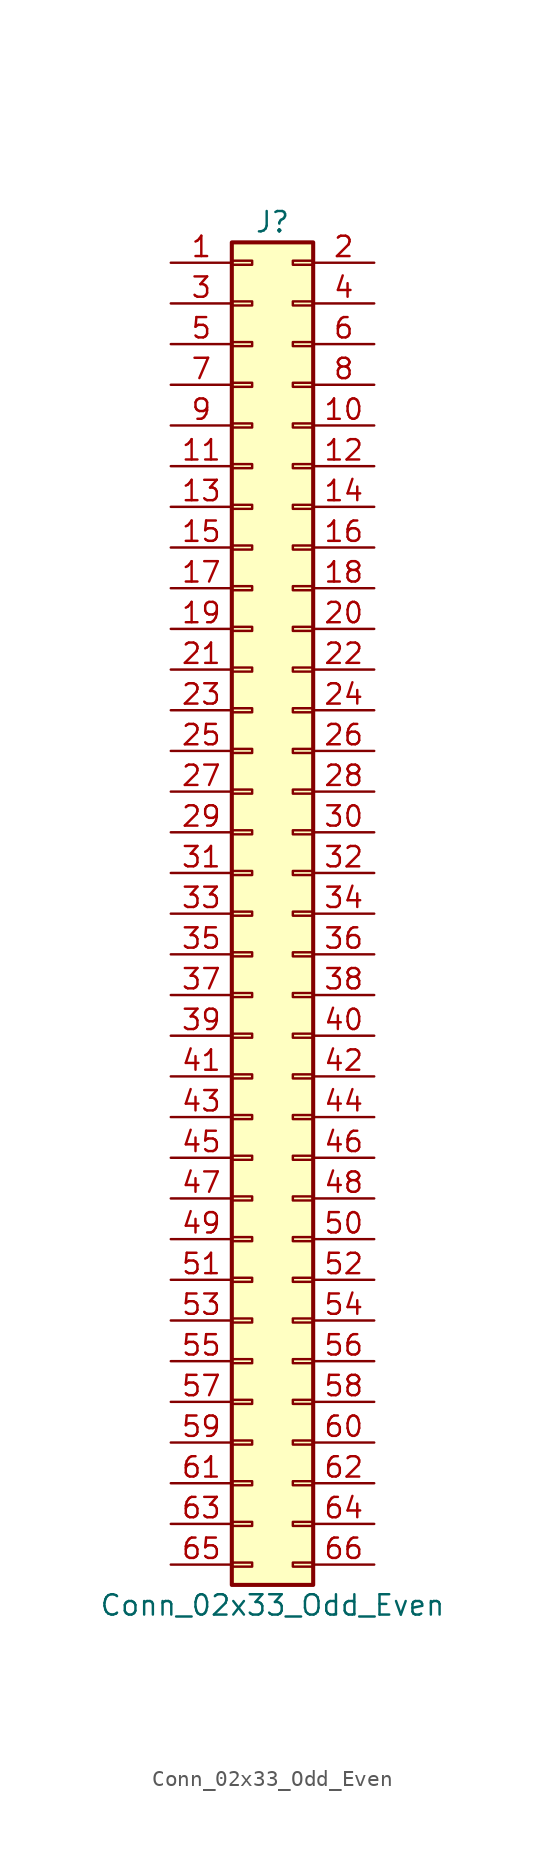
<source format=kicad_sym>
(kicad_symbol_lib
  (version 20201005)
  (generator kicad_symbol_editor)
  (symbol "Connector_Generic:Conn_02x33_Odd_Even"
    (pin_names
      (offset 1.016) hide)
    (property "Reference" "J"
      (at 1.27 43.18 0)
      (effects (font (size 1.27 1.27))))
    (property "Value" "Conn_02x33_Odd_Even"
      (at 1.27 -43.18 0)
      (effects (font (size 1.27 1.27))))
    (symbol "Conn_02x33_Odd_Even_1_1"
      (rectangle (start -1.27 -27.813) (end 0 -28.067) (stroke (width 0.152)) (fill (type none)))
      (rectangle (start -1.27 -30.353) (end 0 -30.607) (stroke (width 0.152)) (fill (type none)))
      (rectangle (start -1.27 -32.893) (end 0 -33.147) (stroke (width 0.152)) (fill (type none)))
      (rectangle (start -1.27 -35.433) (end 0 -35.687) (stroke (width 0.152)) (fill (type none)))
      (rectangle (start -1.27 -37.973) (end 0 -38.227) (stroke (width 0.152)) (fill (type none)))
      (rectangle (start -1.27 -40.513) (end 0 -40.767) (stroke (width 0.152)) (fill (type none)))
      (rectangle (start -1.27 -4.953) (end 0 -5.207) (stroke (width 0.152)) (fill (type none)))
      (rectangle (start -1.27 -7.493) (end 0 -7.747) (stroke (width 0.152)) (fill (type none)))
      (rectangle (start -1.27 -10.033) (end 0 -10.287) (stroke (width 0.152)) (fill (type none)))
      (rectangle (start -1.27 -12.573) (end 0 -12.827) (stroke (width 0.152)) (fill (type none)))
      (rectangle (start -1.27 -15.113) (end 0 -15.367) (stroke (width 0.152)) (fill (type none)))
      (rectangle (start -1.27 -17.653) (end 0 -17.907) (stroke (width 0.152)) (fill (type none)))
      (rectangle (start -1.27 -20.193) (end 0 -20.447) (stroke (width 0.152)) (fill (type none)))
      (rectangle (start -1.27 -22.733) (end 0 -22.987) (stroke (width 0.152)) (fill (type none)))
      (rectangle (start -1.27 -2.413) (end 0 -2.667) (stroke (width 0.152)) (fill (type none)))
      (rectangle (start -1.27 -25.273) (end 0 -25.527) (stroke (width 0.152)) (fill (type none)))
      (rectangle (start -1.27 25.527) (end 0 25.273) (stroke (width 0.152)) (fill (type none)))
      (rectangle (start -1.27 2.667) (end 0 2.413) (stroke (width 0.152)) (fill (type none)))
      (rectangle (start -1.27 28.067) (end 0 27.813) (stroke (width 0.152)) (fill (type none)))
      (rectangle (start -1.27 30.607) (end 0 30.353) (stroke (width 0.152)) (fill (type none)))
      (rectangle (start -1.27 33.147) (end 0 32.893) (stroke (width 0.152)) (fill (type none)))
      (rectangle (start -1.27 35.687) (end 0 35.433) (stroke (width 0.152)) (fill (type none)))
      (rectangle (start -1.27 38.227) (end 0 37.973) (stroke (width 0.152)) (fill (type none)))
      (rectangle (start -1.27 40.767) (end 0 40.513) (stroke (width 0.152)) (fill (type none)))
      (rectangle (start -1.27 41.91) (end 3.81 -41.91) (stroke (width 0.254)) (fill (type background)))
      (rectangle (start -1.27 5.207) (end 0 4.953) (stroke (width 0.152)) (fill (type none)))
      (rectangle (start -1.27 7.747) (end 0 7.493) (stroke (width 0.152)) (fill (type none)))
      (rectangle (start -1.27 10.287) (end 0 10.033) (stroke (width 0.152)) (fill (type none)))
      (rectangle (start -1.27 0.127) (end 0 -0.127) (stroke (width 0.152)) (fill (type none)))
      (rectangle (start -1.27 12.827) (end 0 12.573) (stroke (width 0.152)) (fill (type none)))
      (rectangle (start -1.27 15.367) (end 0 15.113) (stroke (width 0.152)) (fill (type none)))
      (rectangle (start -1.27 17.907) (end 0 17.653) (stroke (width 0.152)) (fill (type none)))
      (rectangle (start -1.27 20.447) (end 0 20.193) (stroke (width 0.152)) (fill (type none)))
      (rectangle (start -1.27 22.987) (end 0 22.733) (stroke (width 0.152)) (fill (type none)))
      (rectangle (start 3.81 -27.813) (end 2.54 -28.067) (stroke (width 0.152)) (fill (type none)))
      (rectangle (start 3.81 -30.353) (end 2.54 -30.607) (stroke (width 0.152)) (fill (type none)))
      (rectangle (start 3.81 -32.893) (end 2.54 -33.147) (stroke (width 0.152)) (fill (type none)))
      (rectangle (start 3.81 -35.433) (end 2.54 -35.687) (stroke (width 0.152)) (fill (type none)))
      (rectangle (start 3.81 -37.973) (end 2.54 -38.227) (stroke (width 0.152)) (fill (type none)))
      (rectangle (start 3.81 -40.513) (end 2.54 -40.767) (stroke (width 0.152)) (fill (type none)))
      (rectangle (start 3.81 -4.953) (end 2.54 -5.207) (stroke (width 0.152)) (fill (type none)))
      (rectangle (start 3.81 -7.493) (end 2.54 -7.747) (stroke (width 0.152)) (fill (type none)))
      (rectangle (start 3.81 -10.033) (end 2.54 -10.287) (stroke (width 0.152)) (fill (type none)))
      (rectangle (start 3.81 -12.573) (end 2.54 -12.827) (stroke (width 0.152)) (fill (type none)))
      (rectangle (start 3.81 -15.113) (end 2.54 -15.367) (stroke (width 0.152)) (fill (type none)))
      (rectangle (start 3.81 -17.653) (end 2.54 -17.907) (stroke (width 0.152)) (fill (type none)))
      (rectangle (start 3.81 -20.193) (end 2.54 -20.447) (stroke (width 0.152)) (fill (type none)))
      (rectangle (start 3.81 -22.733) (end 2.54 -22.987) (stroke (width 0.152)) (fill (type none)))
      (rectangle (start 3.81 -2.413) (end 2.54 -2.667) (stroke (width 0.152)) (fill (type none)))
      (rectangle (start 3.81 -25.273) (end 2.54 -25.527) (stroke (width 0.152)) (fill (type none)))
      (rectangle (start 3.81 25.527) (end 2.54 25.273) (stroke (width 0.152)) (fill (type none)))
      (rectangle (start 3.81 2.667) (end 2.54 2.413) (stroke (width 0.152)) (fill (type none)))
      (rectangle (start 3.81 28.067) (end 2.54 27.813) (stroke (width 0.152)) (fill (type none)))
      (rectangle (start 3.81 30.607) (end 2.54 30.353) (stroke (width 0.152)) (fill (type none)))
      (rectangle (start 3.81 33.147) (end 2.54 32.893) (stroke (width 0.152)) (fill (type none)))
      (rectangle (start 3.81 35.687) (end 2.54 35.433) (stroke (width 0.152)) (fill (type none)))
      (rectangle (start 3.81 38.227) (end 2.54 37.973) (stroke (width 0.152)) (fill (type none)))
      (rectangle (start 3.81 40.767) (end 2.54 40.513) (stroke (width 0.152)) (fill (type none)))
      (rectangle (start 3.81 5.207) (end 2.54 4.953) (stroke (width 0.152)) (fill (type none)))
      (rectangle (start 3.81 7.747) (end 2.54 7.493) (stroke (width 0.152)) (fill (type none)))
      (rectangle (start 3.81 10.287) (end 2.54 10.033) (stroke (width 0.152)) (fill (type none)))
      (rectangle (start 3.81 0.127) (end 2.54 -0.127) (stroke (width 0.152)) (fill (type none)))
      (rectangle (start 3.81 12.827) (end 2.54 12.573) (stroke (width 0.152)) (fill (type none)))
      (rectangle (start 3.81 15.367) (end 2.54 15.113) (stroke (width 0.152)) (fill (type none)))
      (rectangle (start 3.81 17.907) (end 2.54 17.653) (stroke (width 0.152)) (fill (type none)))
      (rectangle (start 3.81 20.447) (end 2.54 20.193) (stroke (width 0.152)) (fill (type none)))
      (rectangle (start 3.81 22.987) (end 2.54 22.733) (stroke (width 0.152)) (fill (type none)))
      (pin passive line (at -5.08 40.64 0) (length 3.81) (name "Pin_1" (effects (font (size 1.27 1.27)))) (number "1" (effects (font (size 1.27 1.27)))))
      (pin passive line (at 7.62 30.48 180) (length 3.81) (name "Pin_10" (effects (font (size 1.27 1.27)))) (number "10" (effects (font (size 1.27 1.27)))))
      (pin passive line (at -5.08 27.94 0) (length 3.81) (name "Pin_11" (effects (font (size 1.27 1.27)))) (number "11" (effects (font (size 1.27 1.27)))))
      (pin passive line (at 7.62 27.94 180) (length 3.81) (name "Pin_12" (effects (font (size 1.27 1.27)))) (number "12" (effects (font (size 1.27 1.27)))))
      (pin passive line (at -5.08 25.4 0) (length 3.81) (name "Pin_13" (effects (font (size 1.27 1.27)))) (number "13" (effects (font (size 1.27 1.27)))))
      (pin passive line (at 7.62 25.4 180) (length 3.81) (name "Pin_14" (effects (font (size 1.27 1.27)))) (number "14" (effects (font (size 1.27 1.27)))))
      (pin passive line (at -5.08 22.86 0) (length 3.81) (name "Pin_15" (effects (font (size 1.27 1.27)))) (number "15" (effects (font (size 1.27 1.27)))))
      (pin passive line (at 7.62 22.86 180) (length 3.81) (name "Pin_16" (effects (font (size 1.27 1.27)))) (number "16" (effects (font (size 1.27 1.27)))))
      (pin passive line (at -5.08 20.32 0) (length 3.81) (name "Pin_17" (effects (font (size 1.27 1.27)))) (number "17" (effects (font (size 1.27 1.27)))))
      (pin passive line (at 7.62 20.32 180) (length 3.81) (name "Pin_18" (effects (font (size 1.27 1.27)))) (number "18" (effects (font (size 1.27 1.27)))))
      (pin passive line (at -5.08 17.78 0) (length 3.81) (name "Pin_19" (effects (font (size 1.27 1.27)))) (number "19" (effects (font (size 1.27 1.27)))))
      (pin passive line (at 7.62 40.64 180) (length 3.81) (name "Pin_2" (effects (font (size 1.27 1.27)))) (number "2" (effects (font (size 1.27 1.27)))))
      (pin passive line (at 7.62 17.78 180) (length 3.81) (name "Pin_20" (effects (font (size 1.27 1.27)))) (number "20" (effects (font (size 1.27 1.27)))))
      (pin passive line (at -5.08 15.24 0) (length 3.81) (name "Pin_21" (effects (font (size 1.27 1.27)))) (number "21" (effects (font (size 1.27 1.27)))))
      (pin passive line (at 7.62 15.24 180) (length 3.81) (name "Pin_22" (effects (font (size 1.27 1.27)))) (number "22" (effects (font (size 1.27 1.27)))))
      (pin passive line (at -5.08 12.7 0) (length 3.81) (name "Pin_23" (effects (font (size 1.27 1.27)))) (number "23" (effects (font (size 1.27 1.27)))))
      (pin passive line (at 7.62 12.7 180) (length 3.81) (name "Pin_24" (effects (font (size 1.27 1.27)))) (number "24" (effects (font (size 1.27 1.27)))))
      (pin passive line (at -5.08 10.16 0) (length 3.81) (name "Pin_25" (effects (font (size 1.27 1.27)))) (number "25" (effects (font (size 1.27 1.27)))))
      (pin passive line (at 7.62 10.16 180) (length 3.81) (name "Pin_26" (effects (font (size 1.27 1.27)))) (number "26" (effects (font (size 1.27 1.27)))))
      (pin passive line (at -5.08 7.62 0) (length 3.81) (name "Pin_27" (effects (font (size 1.27 1.27)))) (number "27" (effects (font (size 1.27 1.27)))))
      (pin passive line (at 7.62 7.62 180) (length 3.81) (name "Pin_28" (effects (font (size 1.27 1.27)))) (number "28" (effects (font (size 1.27 1.27)))))
      (pin passive line (at -5.08 5.08 0) (length 3.81) (name "Pin_29" (effects (font (size 1.27 1.27)))) (number "29" (effects (font (size 1.27 1.27)))))
      (pin passive line (at -5.08 38.1 0) (length 3.81) (name "Pin_3" (effects (font (size 1.27 1.27)))) (number "3" (effects (font (size 1.27 1.27)))))
      (pin passive line (at 7.62 5.08 180) (length 3.81) (name "Pin_30" (effects (font (size 1.27 1.27)))) (number "30" (effects (font (size 1.27 1.27)))))
      (pin passive line (at -5.08 2.54 0) (length 3.81) (name "Pin_31" (effects (font (size 1.27 1.27)))) (number "31" (effects (font (size 1.27 1.27)))))
      (pin passive line (at 7.62 2.54 180) (length 3.81) (name "Pin_32" (effects (font (size 1.27 1.27)))) (number "32" (effects (font (size 1.27 1.27)))))
      (pin passive line (at -5.08 0 0) (length 3.81) (name "Pin_33" (effects (font (size 1.27 1.27)))) (number "33" (effects (font (size 1.27 1.27)))))
      (pin passive line (at 7.62 0 180) (length 3.81) (name "Pin_34" (effects (font (size 1.27 1.27)))) (number "34" (effects (font (size 1.27 1.27)))))
      (pin passive line (at -5.08 -2.54 0) (length 3.81) (name "Pin_35" (effects (font (size 1.27 1.27)))) (number "35" (effects (font (size 1.27 1.27)))))
      (pin passive line (at 7.62 -2.54 180) (length 3.81) (name "Pin_36" (effects (font (size 1.27 1.27)))) (number "36" (effects (font (size 1.27 1.27)))))
      (pin passive line (at -5.08 -5.08 0) (length 3.81) (name "Pin_37" (effects (font (size 1.27 1.27)))) (number "37" (effects (font (size 1.27 1.27)))))
      (pin passive line (at 7.62 -5.08 180) (length 3.81) (name "Pin_38" (effects (font (size 1.27 1.27)))) (number "38" (effects (font (size 1.27 1.27)))))
      (pin passive line (at -5.08 -7.62 0) (length 3.81) (name "Pin_39" (effects (font (size 1.27 1.27)))) (number "39" (effects (font (size 1.27 1.27)))))
      (pin passive line (at 7.62 38.1 180) (length 3.81) (name "Pin_4" (effects (font (size 1.27 1.27)))) (number "4" (effects (font (size 1.27 1.27)))))
      (pin passive line (at 7.62 -7.62 180) (length 3.81) (name "Pin_40" (effects (font (size 1.27 1.27)))) (number "40" (effects (font (size 1.27 1.27)))))
      (pin passive line (at -5.08 -10.16 0) (length 3.81) (name "Pin_41" (effects (font (size 1.27 1.27)))) (number "41" (effects (font (size 1.27 1.27)))))
      (pin passive line (at 7.62 -10.16 180) (length 3.81) (name "Pin_42" (effects (font (size 1.27 1.27)))) (number "42" (effects (font (size 1.27 1.27)))))
      (pin passive line (at -5.08 -12.7 0) (length 3.81) (name "Pin_43" (effects (font (size 1.27 1.27)))) (number "43" (effects (font (size 1.27 1.27)))))
      (pin passive line (at 7.62 -12.7 180) (length 3.81) (name "Pin_44" (effects (font (size 1.27 1.27)))) (number "44" (effects (font (size 1.27 1.27)))))
      (pin passive line (at -5.08 -15.24 0) (length 3.81) (name "Pin_45" (effects (font (size 1.27 1.27)))) (number "45" (effects (font (size 1.27 1.27)))))
      (pin passive line (at 7.62 -15.24 180) (length 3.81) (name "Pin_46" (effects (font (size 1.27 1.27)))) (number "46" (effects (font (size 1.27 1.27)))))
      (pin passive line (at -5.08 -17.78 0) (length 3.81) (name "Pin_47" (effects (font (size 1.27 1.27)))) (number "47" (effects (font (size 1.27 1.27)))))
      (pin passive line (at 7.62 -17.78 180) (length 3.81) (name "Pin_48" (effects (font (size 1.27 1.27)))) (number "48" (effects (font (size 1.27 1.27)))))
      (pin passive line (at -5.08 -20.32 0) (length 3.81) (name "Pin_49" (effects (font (size 1.27 1.27)))) (number "49" (effects (font (size 1.27 1.27)))))
      (pin passive line (at -5.08 35.56 0) (length 3.81) (name "Pin_5" (effects (font (size 1.27 1.27)))) (number "5" (effects (font (size 1.27 1.27)))))
      (pin passive line (at 7.62 -20.32 180) (length 3.81) (name "Pin_50" (effects (font (size 1.27 1.27)))) (number "50" (effects (font (size 1.27 1.27)))))
      (pin passive line (at -5.08 -22.86 0) (length 3.81) (name "Pin_51" (effects (font (size 1.27 1.27)))) (number "51" (effects (font (size 1.27 1.27)))))
      (pin passive line (at 7.62 -22.86 180) (length 3.81) (name "Pin_52" (effects (font (size 1.27 1.27)))) (number "52" (effects (font (size 1.27 1.27)))))
      (pin passive line (at -5.08 -25.4 0) (length 3.81) (name "Pin_53" (effects (font (size 1.27 1.27)))) (number "53" (effects (font (size 1.27 1.27)))))
      (pin passive line (at 7.62 -25.4 180) (length 3.81) (name "Pin_54" (effects (font (size 1.27 1.27)))) (number "54" (effects (font (size 1.27 1.27)))))
      (pin passive line (at -5.08 -27.94 0) (length 3.81) (name "Pin_55" (effects (font (size 1.27 1.27)))) (number "55" (effects (font (size 1.27 1.27)))))
      (pin passive line (at 7.62 -27.94 180) (length 3.81) (name "Pin_56" (effects (font (size 1.27 1.27)))) (number "56" (effects (font (size 1.27 1.27)))))
      (pin passive line (at -5.08 -30.48 0) (length 3.81) (name "Pin_57" (effects (font (size 1.27 1.27)))) (number "57" (effects (font (size 1.27 1.27)))))
      (pin passive line (at 7.62 -30.48 180) (length 3.81) (name "Pin_58" (effects (font (size 1.27 1.27)))) (number "58" (effects (font (size 1.27 1.27)))))
      (pin passive line (at -5.08 -33.02 0) (length 3.81) (name "Pin_59" (effects (font (size 1.27 1.27)))) (number "59" (effects (font (size 1.27 1.27)))))
      (pin passive line (at 7.62 35.56 180) (length 3.81) (name "Pin_6" (effects (font (size 1.27 1.27)))) (number "6" (effects (font (size 1.27 1.27)))))
      (pin passive line (at 7.62 -33.02 180) (length 3.81) (name "Pin_60" (effects (font (size 1.27 1.27)))) (number "60" (effects (font (size 1.27 1.27)))))
      (pin passive line (at -5.08 -35.56 0) (length 3.81) (name "Pin_61" (effects (font (size 1.27 1.27)))) (number "61" (effects (font (size 1.27 1.27)))))
      (pin passive line (at 7.62 -35.56 180) (length 3.81) (name "Pin_62" (effects (font (size 1.27 1.27)))) (number "62" (effects (font (size 1.27 1.27)))))
      (pin passive line (at -5.08 -38.1 0) (length 3.81) (name "Pin_63" (effects (font (size 1.27 1.27)))) (number "63" (effects (font (size 1.27 1.27)))))
      (pin passive line (at 7.62 -38.1 180) (length 3.81) (name "Pin_64" (effects (font (size 1.27 1.27)))) (number "64" (effects (font (size 1.27 1.27)))))
      (pin passive line (at -5.08 -40.64 0) (length 3.81) (name "Pin_65" (effects (font (size 1.27 1.27)))) (number "65" (effects (font (size 1.27 1.27)))))
      (pin passive line (at 7.62 -40.64 180) (length 3.81) (name "Pin_66" (effects (font (size 1.27 1.27)))) (number "66" (effects (font (size 1.27 1.27)))))
      (pin passive line (at -5.08 33.02 0) (length 3.81) (name "Pin_7" (effects (font (size 1.27 1.27)))) (number "7" (effects (font (size 1.27 1.27)))))
      (pin passive line (at 7.62 33.02 180) (length 3.81) (name "Pin_8" (effects (font (size 1.27 1.27)))) (number "8" (effects (font (size 1.27 1.27)))))
      (pin passive line (at -5.08 30.48 0) (length 3.81) (name "Pin_9" (effects (font (size 1.27 1.27)))) (number "9" (effects (font (size 1.27 1.27))))))))
</source>
